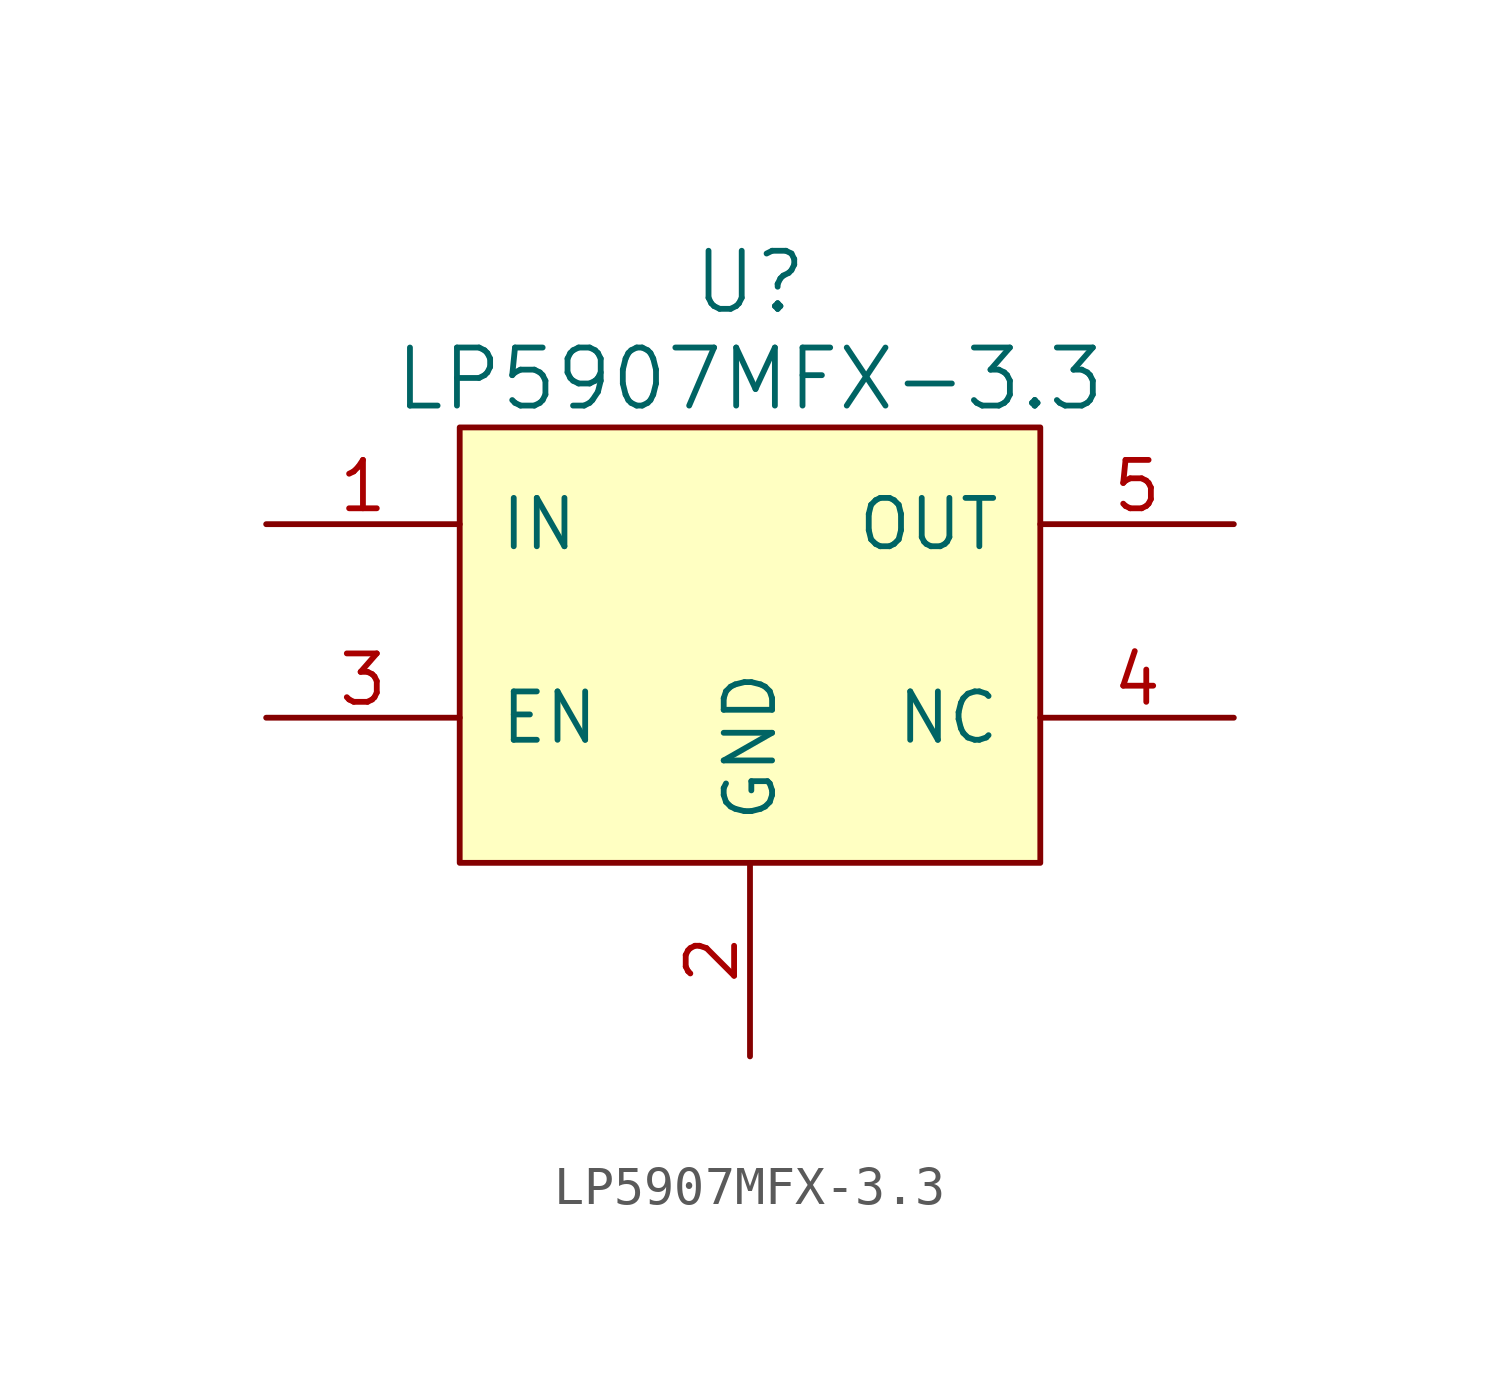
<source format=kicad_sym>
(kicad_symbol_lib
  (version 20211014)
  (generator kicad_symbol_editor)
  (symbol "LP5907MFX-3.3"
    (pin_names
      (offset 1.016))
    (property "Reference" "U"
      (at 0 8.89 0)
      (effects (font (size 1.524 1.524))))
    (property "Value" "LP5907MFX-3.3"
      (at 0 6.35 0)
      (effects (font (size 1.524 1.524))))
    (symbol "LP5907MFX-3.3_0_1"
      (rectangle (start -7.62 5.08) (end 7.62 -6.35) (stroke (width 0) (type default) (color 0 0 0 0)) (fill (type background))))
    (symbol "LP5907MFX-3.3_1_1"
      (pin power_in line (at -12.7 2.54 0) (length 5.08) (name "IN" (effects (font (size 1.27 1.27)))) (number "1" (effects (font (size 1.27 1.27)))))
      (pin power_in line (at 0 -11.43 90) (length 5.08) (name "GND" (effects (font (size 1.27 1.27)))) (number "2" (effects (font (size 1.27 1.27)))))
      (pin input line (at -12.7 -2.54 0) (length 5.08) (name "EN" (effects (font (size 1.27 1.27)))) (number "3" (effects (font (size 1.27 1.27)))))
      (pin passive line (at 12.7 -2.54 180) (length 5.08) (name "NC" (effects (font (size 1.27 1.27)))) (number "4" (effects (font (size 1.27 1.27)))))
      (pin power_out line (at 12.7 2.54 180) (length 5.08) (name "OUT" (effects (font (size 1.27 1.27)))) (number "5" (effects (font (size 1.27 1.27))))))))
</source>
